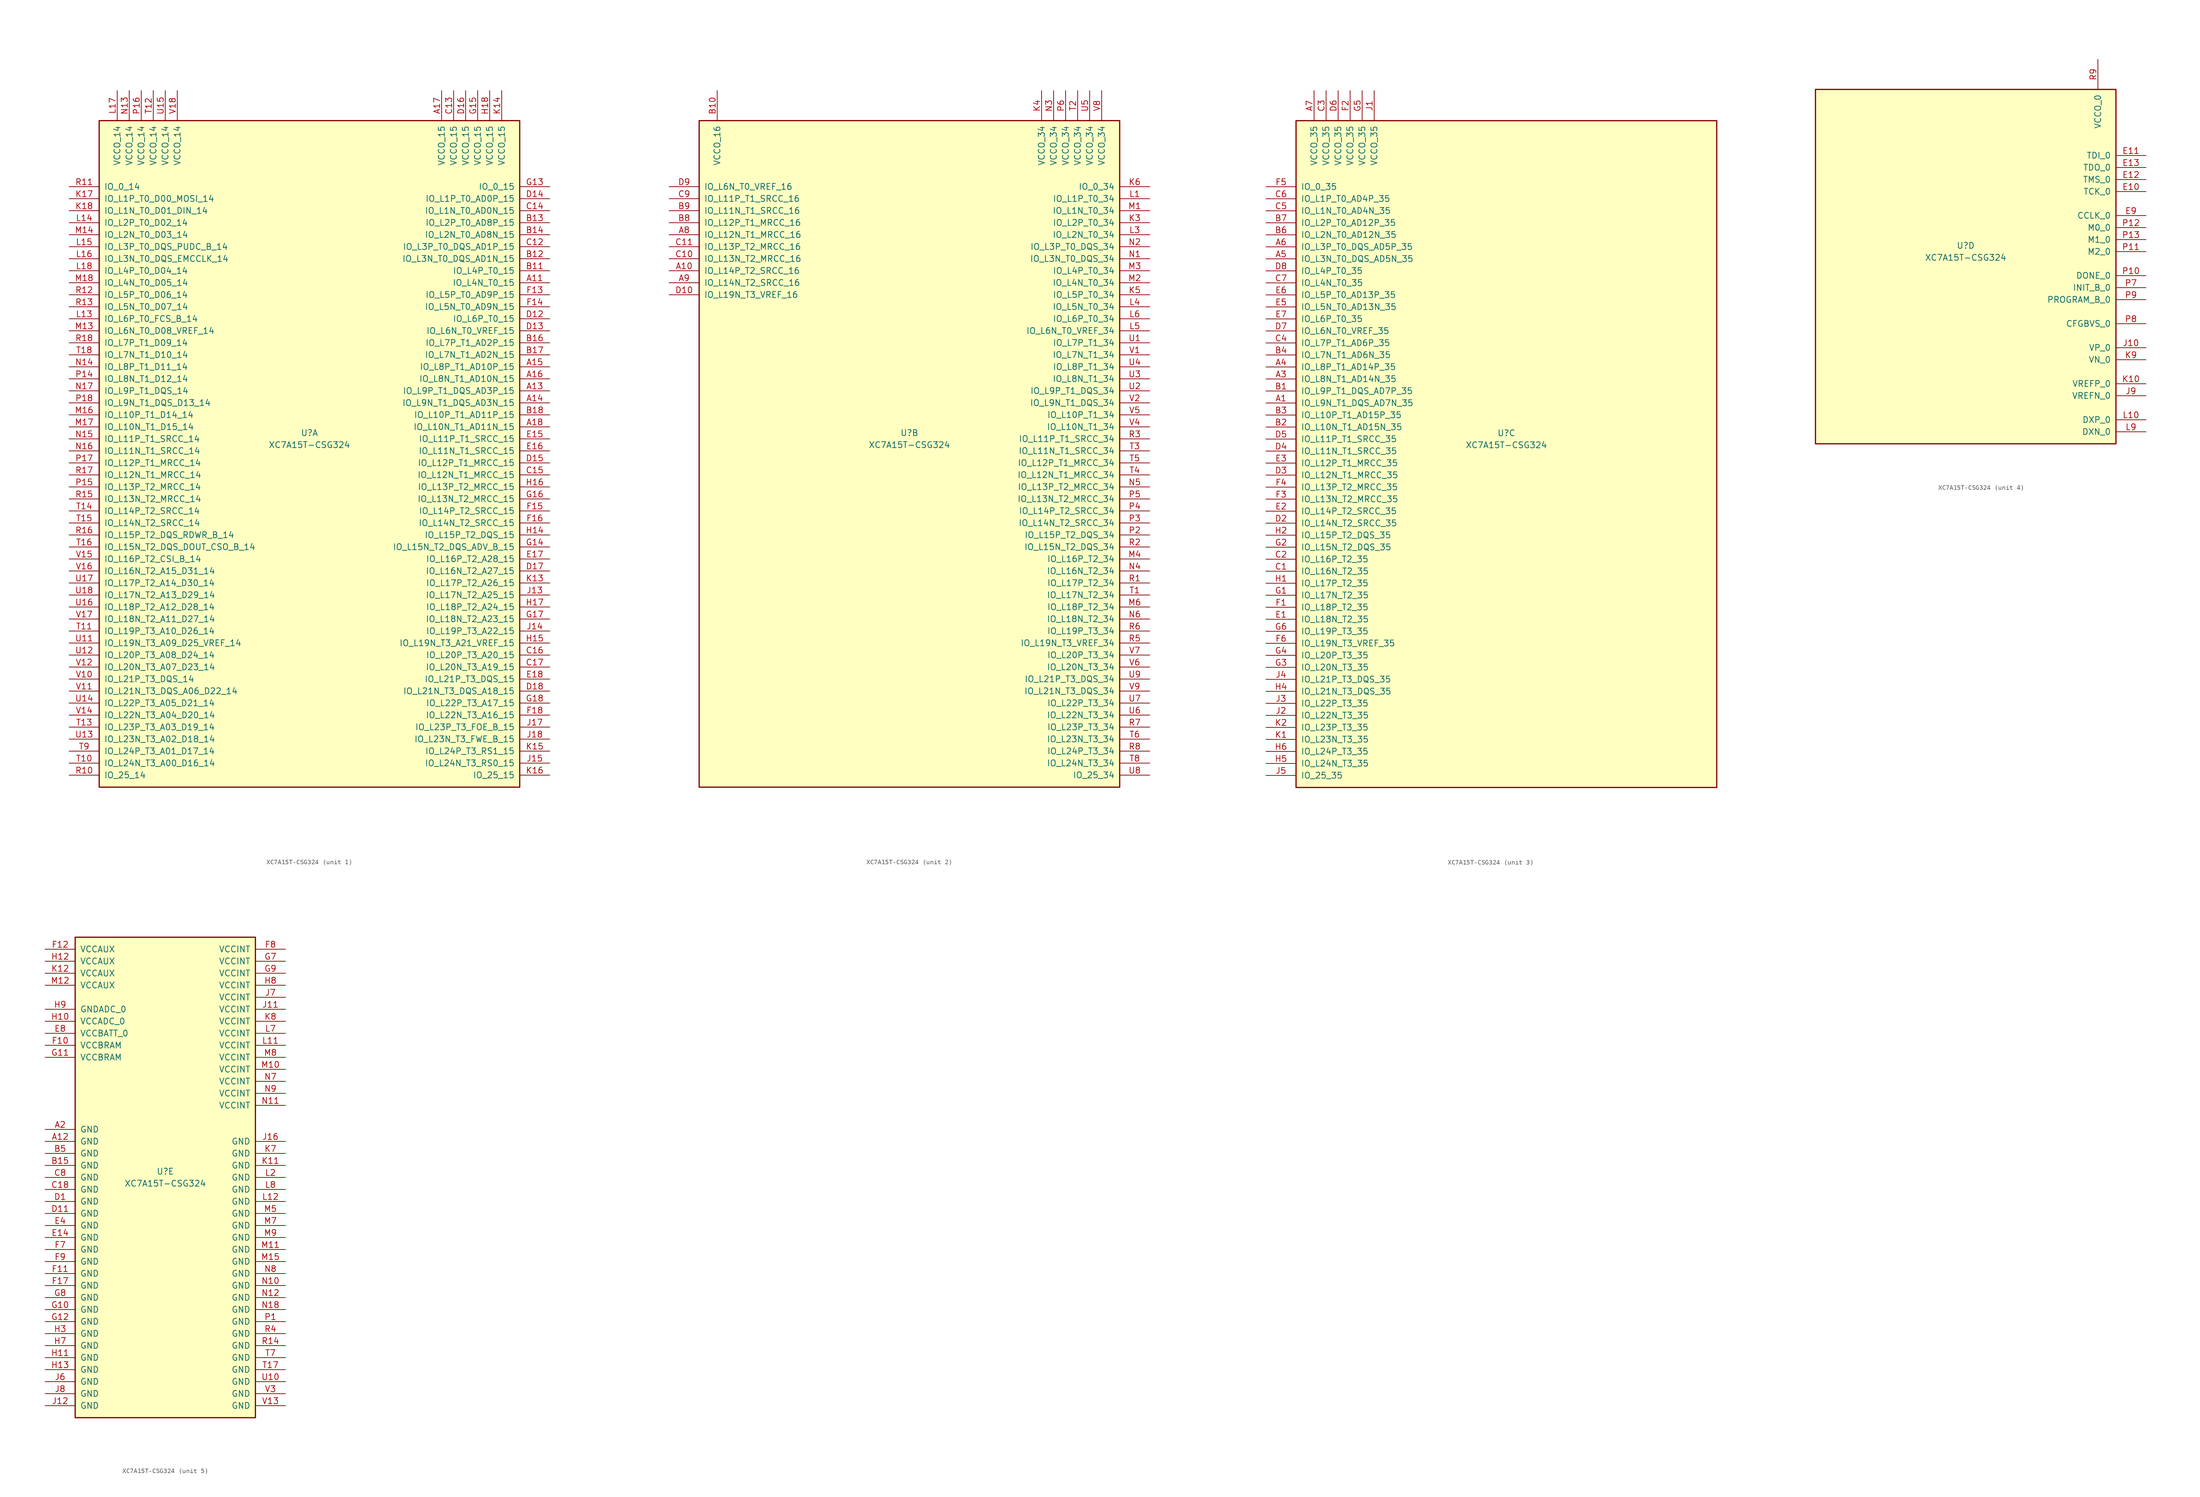
<source format=kicad_sym>
(kicad_symbol_lib
  (version 20201005)
  (generator kicad_symbol_editor)
  (symbol "XC7A15T-CSG324"
    (pin_names
      (offset 1.016))
    (property "Reference" "U"
      (at 0 1.27 0)
      (effects (font (size 1.27 1.27))))
    (property "Value" "XC7A15T-CSG324"
      (at 0 -1.27 0)
      (effects (font (size 1.27 1.27))))
    (property "Datasheet" ""
      (at 0 0 0)
      (effects (font (size 1.27 1.27))))
    (property "ki_locked" ""
      (at 0 0 0)
      (effects (font (size 1.27 1.27))))
    (symbol "XC7A15T-CSG324_1_1"
      (rectangle (start -44.45 67.31) (end 44.45 -73.66) (stroke (width 0.254)) (fill (type background)))
      (pin power_in line (at -40.64 73.66 270) (length 6.35) (name "VCCO_14" (effects (font (size 1.27 1.27)))) (number "L17" (effects (font (size 1.27 1.27)))))
      (pin power_in line (at -38.1 73.66 270) (length 6.35) (name "VCCO_14" (effects (font (size 1.27 1.27)))) (number "N13" (effects (font (size 1.27 1.27)))))
      (pin power_in line (at -35.56 73.66 270) (length 6.35) (name "VCCO_14" (effects (font (size 1.27 1.27)))) (number "P16" (effects (font (size 1.27 1.27)))))
      (pin power_in line (at -33.02 73.66 270) (length 6.35) (name "VCCO_14" (effects (font (size 1.27 1.27)))) (number "T12" (effects (font (size 1.27 1.27)))))
      (pin power_in line (at -30.48 73.66 270) (length 6.35) (name "VCCO_14" (effects (font (size 1.27 1.27)))) (number "U15" (effects (font (size 1.27 1.27)))))
      (pin power_in line (at -27.94 73.66 270) (length 6.35) (name "VCCO_14" (effects (font (size 1.27 1.27)))) (number "V18" (effects (font (size 1.27 1.27)))))
      (pin bidirectional line (at -50.8 53.34 0) (length 6.35) (name "IO_0_14" (effects (font (size 1.27 1.27)))) (number "R11" (effects (font (size 1.27 1.27)))))
      (pin bidirectional line (at -50.8 50.8 0) (length 6.35) (name "IO_L1P_T0_D00_MOSI_14" (effects (font (size 1.27 1.27)))) (number "K17" (effects (font (size 1.27 1.27)))))
      (pin bidirectional line (at -50.8 48.26 0) (length 6.35) (name "IO_L1N_T0_D01_DIN_14" (effects (font (size 1.27 1.27)))) (number "K18" (effects (font (size 1.27 1.27)))))
      (pin bidirectional line (at -50.8 45.72 0) (length 6.35) (name "IO_L2P_T0_D02_14" (effects (font (size 1.27 1.27)))) (number "L14" (effects (font (size 1.27 1.27)))))
      (pin bidirectional line (at -50.8 43.18 0) (length 6.35) (name "IO_L2N_T0_D03_14" (effects (font (size 1.27 1.27)))) (number "M14" (effects (font (size 1.27 1.27)))))
      (pin bidirectional line (at -50.8 40.64 0) (length 6.35) (name "IO_L3P_T0_DQS_PUDC_B_14" (effects (font (size 1.27 1.27)))) (number "L15" (effects (font (size 1.27 1.27)))))
      (pin bidirectional line (at -50.8 38.1 0) (length 6.35) (name "IO_L3N_T0_DQS_EMCCLK_14" (effects (font (size 1.27 1.27)))) (number "L16" (effects (font (size 1.27 1.27)))))
      (pin bidirectional line (at -50.8 35.56 0) (length 6.35) (name "IO_L4P_T0_D04_14" (effects (font (size 1.27 1.27)))) (number "L18" (effects (font (size 1.27 1.27)))))
      (pin bidirectional line (at -50.8 33.02 0) (length 6.35) (name "IO_L4N_T0_D05_14" (effects (font (size 1.27 1.27)))) (number "M18" (effects (font (size 1.27 1.27)))))
      (pin bidirectional line (at -50.8 30.48 0) (length 6.35) (name "IO_L5P_T0_D06_14" (effects (font (size 1.27 1.27)))) (number "R12" (effects (font (size 1.27 1.27)))))
      (pin bidirectional line (at -50.8 27.94 0) (length 6.35) (name "IO_L5N_T0_D07_14" (effects (font (size 1.27 1.27)))) (number "R13" (effects (font (size 1.27 1.27)))))
      (pin bidirectional line (at -50.8 25.4 0) (length 6.35) (name "IO_L6P_T0_FCS_B_14" (effects (font (size 1.27 1.27)))) (number "L13" (effects (font (size 1.27 1.27)))))
      (pin bidirectional line (at -50.8 22.86 0) (length 6.35) (name "IO_L6N_T0_D08_VREF_14" (effects (font (size 1.27 1.27)))) (number "M13" (effects (font (size 1.27 1.27)))))
      (pin bidirectional line (at -50.8 20.32 0) (length 6.35) (name "IO_L7P_T1_D09_14" (effects (font (size 1.27 1.27)))) (number "R18" (effects (font (size 1.27 1.27)))))
      (pin bidirectional line (at -50.8 17.78 0) (length 6.35) (name "IO_L7N_T1_D10_14" (effects (font (size 1.27 1.27)))) (number "T18" (effects (font (size 1.27 1.27)))))
      (pin bidirectional line (at -50.8 15.24 0) (length 6.35) (name "IO_L8P_T1_D11_14" (effects (font (size 1.27 1.27)))) (number "N14" (effects (font (size 1.27 1.27)))))
      (pin bidirectional line (at -50.8 12.7 0) (length 6.35) (name "IO_L8N_T1_D12_14" (effects (font (size 1.27 1.27)))) (number "P14" (effects (font (size 1.27 1.27)))))
      (pin bidirectional line (at -50.8 10.16 0) (length 6.35) (name "IO_L9P_T1_DQS_14" (effects (font (size 1.27 1.27)))) (number "N17" (effects (font (size 1.27 1.27)))))
      (pin bidirectional line (at -50.8 7.62 0) (length 6.35) (name "IO_L9N_T1_DQS_D13_14" (effects (font (size 1.27 1.27)))) (number "P18" (effects (font (size 1.27 1.27)))))
      (pin bidirectional line (at -50.8 5.08 0) (length 6.35) (name "IO_L10P_T1_D14_14" (effects (font (size 1.27 1.27)))) (number "M16" (effects (font (size 1.27 1.27)))))
      (pin bidirectional line (at -50.8 2.54 0) (length 6.35) (name "IO_L10N_T1_D15_14" (effects (font (size 1.27 1.27)))) (number "M17" (effects (font (size 1.27 1.27)))))
      (pin bidirectional line (at -50.8 0 0) (length 6.35) (name "IO_L11P_T1_SRCC_14" (effects (font (size 1.27 1.27)))) (number "N15" (effects (font (size 1.27 1.27)))))
      (pin bidirectional line (at -50.8 -2.54 0) (length 6.35) (name "IO_L11N_T1_SRCC_14" (effects (font (size 1.27 1.27)))) (number "N16" (effects (font (size 1.27 1.27)))))
      (pin bidirectional line (at -50.8 -5.08 0) (length 6.35) (name "IO_L12P_T1_MRCC_14" (effects (font (size 1.27 1.27)))) (number "P17" (effects (font (size 1.27 1.27)))))
      (pin bidirectional line (at -50.8 -7.62 0) (length 6.35) (name "IO_L12N_T1_MRCC_14" (effects (font (size 1.27 1.27)))) (number "R17" (effects (font (size 1.27 1.27)))))
      (pin bidirectional line (at -50.8 -10.16 0) (length 6.35) (name "IO_L13P_T2_MRCC_14" (effects (font (size 1.27 1.27)))) (number "P15" (effects (font (size 1.27 1.27)))))
      (pin bidirectional line (at -50.8 -12.7 0) (length 6.35) (name "IO_L13N_T2_MRCC_14" (effects (font (size 1.27 1.27)))) (number "R15" (effects (font (size 1.27 1.27)))))
      (pin bidirectional line (at -50.8 -15.24 0) (length 6.35) (name "IO_L14P_T2_SRCC_14" (effects (font (size 1.27 1.27)))) (number "T14" (effects (font (size 1.27 1.27)))))
      (pin bidirectional line (at -50.8 -17.78 0) (length 6.35) (name "IO_L14N_T2_SRCC_14" (effects (font (size 1.27 1.27)))) (number "T15" (effects (font (size 1.27 1.27)))))
      (pin bidirectional line (at -50.8 -20.32 0) (length 6.35) (name "IO_L15P_T2_DQS_RDWR_B_14" (effects (font (size 1.27 1.27)))) (number "R16" (effects (font (size 1.27 1.27)))))
      (pin bidirectional line (at -50.8 -22.86 0) (length 6.35) (name "IO_L15N_T2_DQS_DOUT_CSO_B_14" (effects (font (size 1.27 1.27)))) (number "T16" (effects (font (size 1.27 1.27)))))
      (pin bidirectional line (at -50.8 -25.4 0) (length 6.35) (name "IO_L16P_T2_CSI_B_14" (effects (font (size 1.27 1.27)))) (number "V15" (effects (font (size 1.27 1.27)))))
      (pin bidirectional line (at -50.8 -27.94 0) (length 6.35) (name "IO_L16N_T2_A15_D31_14" (effects (font (size 1.27 1.27)))) (number "V16" (effects (font (size 1.27 1.27)))))
      (pin bidirectional line (at -50.8 -30.48 0) (length 6.35) (name "IO_L17P_T2_A14_D30_14" (effects (font (size 1.27 1.27)))) (number "U17" (effects (font (size 1.27 1.27)))))
      (pin bidirectional line (at -50.8 -33.02 0) (length 6.35) (name "IO_L17N_T2_A13_D29_14" (effects (font (size 1.27 1.27)))) (number "U18" (effects (font (size 1.27 1.27)))))
      (pin bidirectional line (at -50.8 -35.56 0) (length 6.35) (name "IO_L18P_T2_A12_D28_14" (effects (font (size 1.27 1.27)))) (number "U16" (effects (font (size 1.27 1.27)))))
      (pin bidirectional line (at -50.8 -38.1 0) (length 6.35) (name "IO_L18N_T2_A11_D27_14" (effects (font (size 1.27 1.27)))) (number "V17" (effects (font (size 1.27 1.27)))))
      (pin bidirectional line (at -50.8 -40.64 0) (length 6.35) (name "IO_L19P_T3_A10_D26_14" (effects (font (size 1.27 1.27)))) (number "T11" (effects (font (size 1.27 1.27)))))
      (pin bidirectional line (at -50.8 -43.18 0) (length 6.35) (name "IO_L19N_T3_A09_D25_VREF_14" (effects (font (size 1.27 1.27)))) (number "U11" (effects (font (size 1.27 1.27)))))
      (pin bidirectional line (at -50.8 -45.72 0) (length 6.35) (name "IO_L20P_T3_A08_D24_14" (effects (font (size 1.27 1.27)))) (number "U12" (effects (font (size 1.27 1.27)))))
      (pin bidirectional line (at -50.8 -48.26 0) (length 6.35) (name "IO_L20N_T3_A07_D23_14" (effects (font (size 1.27 1.27)))) (number "V12" (effects (font (size 1.27 1.27)))))
      (pin bidirectional line (at -50.8 -50.8 0) (length 6.35) (name "IO_L21P_T3_DQS_14" (effects (font (size 1.27 1.27)))) (number "V10" (effects (font (size 1.27 1.27)))))
      (pin bidirectional line (at -50.8 -53.34 0) (length 6.35) (name "IO_L21N_T3_DQS_A06_D22_14" (effects (font (size 1.27 1.27)))) (number "V11" (effects (font (size 1.27 1.27)))))
      (pin bidirectional line (at -50.8 -55.88 0) (length 6.35) (name "IO_L22P_T3_A05_D21_14" (effects (font (size 1.27 1.27)))) (number "U14" (effects (font (size 1.27 1.27)))))
      (pin bidirectional line (at -50.8 -58.42 0) (length 6.35) (name "IO_L22N_T3_A04_D20_14" (effects (font (size 1.27 1.27)))) (number "V14" (effects (font (size 1.27 1.27)))))
      (pin bidirectional line (at -50.8 -60.96 0) (length 6.35) (name "IO_L23P_T3_A03_D19_14" (effects (font (size 1.27 1.27)))) (number "T13" (effects (font (size 1.27 1.27)))))
      (pin bidirectional line (at -50.8 -63.5 0) (length 6.35) (name "IO_L23N_T3_A02_D18_14" (effects (font (size 1.27 1.27)))) (number "U13" (effects (font (size 1.27 1.27)))))
      (pin bidirectional line (at -50.8 -66.04 0) (length 6.35) (name "IO_L24P_T3_A01_D17_14" (effects (font (size 1.27 1.27)))) (number "T9" (effects (font (size 1.27 1.27)))))
      (pin bidirectional line (at -50.8 -68.58 0) (length 6.35) (name "IO_L24N_T3_A00_D16_14" (effects (font (size 1.27 1.27)))) (number "T10" (effects (font (size 1.27 1.27)))))
      (pin bidirectional line (at -50.8 -71.12 0) (length 6.35) (name "IO_25_14" (effects (font (size 1.27 1.27)))) (number "R10" (effects (font (size 1.27 1.27)))))
      (pin power_in line (at 27.94 73.66 270) (length 6.35) (name "VCCO_15" (effects (font (size 1.27 1.27)))) (number "A17" (effects (font (size 1.27 1.27)))))
      (pin power_in line (at 30.48 73.66 270) (length 6.35) (name "VCCO_15" (effects (font (size 1.27 1.27)))) (number "C13" (effects (font (size 1.27 1.27)))))
      (pin power_in line (at 33.02 73.66 270) (length 6.35) (name "VCCO_15" (effects (font (size 1.27 1.27)))) (number "D16" (effects (font (size 1.27 1.27)))))
      (pin power_in line (at 35.56 73.66 270) (length 6.35) (name "VCCO_15" (effects (font (size 1.27 1.27)))) (number "G15" (effects (font (size 1.27 1.27)))))
      (pin power_in line (at 38.1 73.66 270) (length 6.35) (name "VCCO_15" (effects (font (size 1.27 1.27)))) (number "H18" (effects (font (size 1.27 1.27)))))
      (pin power_in line (at 40.64 73.66 270) (length 6.35) (name "VCCO_15" (effects (font (size 1.27 1.27)))) (number "K14" (effects (font (size 1.27 1.27)))))
      (pin bidirectional line (at 50.8 53.34 180) (length 6.35) (name "IO_0_15" (effects (font (size 1.27 1.27)))) (number "G13" (effects (font (size 1.27 1.27)))))
      (pin bidirectional line (at 50.8 50.8 180) (length 6.35) (name "IO_L1P_T0_AD0P_15" (effects (font (size 1.27 1.27)))) (number "D14" (effects (font (size 1.27 1.27)))))
      (pin bidirectional line (at 50.8 48.26 180) (length 6.35) (name "IO_L1N_T0_AD0N_15" (effects (font (size 1.27 1.27)))) (number "C14" (effects (font (size 1.27 1.27)))))
      (pin bidirectional line (at 50.8 45.72 180) (length 6.35) (name "IO_L2P_T0_AD8P_15" (effects (font (size 1.27 1.27)))) (number "B13" (effects (font (size 1.27 1.27)))))
      (pin bidirectional line (at 50.8 43.18 180) (length 6.35) (name "IO_L2N_T0_AD8N_15" (effects (font (size 1.27 1.27)))) (number "B14" (effects (font (size 1.27 1.27)))))
      (pin bidirectional line (at 50.8 40.64 180) (length 6.35) (name "IO_L3P_T0_DQS_AD1P_15" (effects (font (size 1.27 1.27)))) (number "C12" (effects (font (size 1.27 1.27)))))
      (pin bidirectional line (at 50.8 38.1 180) (length 6.35) (name "IO_L3N_T0_DQS_AD1N_15" (effects (font (size 1.27 1.27)))) (number "B12" (effects (font (size 1.27 1.27)))))
      (pin bidirectional line (at 50.8 35.56 180) (length 6.35) (name "IO_L4P_T0_15" (effects (font (size 1.27 1.27)))) (number "B11" (effects (font (size 1.27 1.27)))))
      (pin bidirectional line (at 50.8 33.02 180) (length 6.35) (name "IO_L4N_T0_15" (effects (font (size 1.27 1.27)))) (number "A11" (effects (font (size 1.27 1.27)))))
      (pin bidirectional line (at 50.8 30.48 180) (length 6.35) (name "IO_L5P_T0_AD9P_15" (effects (font (size 1.27 1.27)))) (number "F13" (effects (font (size 1.27 1.27)))))
      (pin bidirectional line (at 50.8 27.94 180) (length 6.35) (name "IO_L5N_T0_AD9N_15" (effects (font (size 1.27 1.27)))) (number "F14" (effects (font (size 1.27 1.27)))))
      (pin bidirectional line (at 50.8 25.4 180) (length 6.35) (name "IO_L6P_T0_15" (effects (font (size 1.27 1.27)))) (number "D12" (effects (font (size 1.27 1.27)))))
      (pin bidirectional line (at 50.8 22.86 180) (length 6.35) (name "IO_L6N_T0_VREF_15" (effects (font (size 1.27 1.27)))) (number "D13" (effects (font (size 1.27 1.27)))))
      (pin bidirectional line (at 50.8 20.32 180) (length 6.35) (name "IO_L7P_T1_AD2P_15" (effects (font (size 1.27 1.27)))) (number "B16" (effects (font (size 1.27 1.27)))))
      (pin bidirectional line (at 50.8 17.78 180) (length 6.35) (name "IO_L7N_T1_AD2N_15" (effects (font (size 1.27 1.27)))) (number "B17" (effects (font (size 1.27 1.27)))))
      (pin bidirectional line (at 50.8 15.24 180) (length 6.35) (name "IO_L8P_T1_AD10P_15" (effects (font (size 1.27 1.27)))) (number "A15" (effects (font (size 1.27 1.27)))))
      (pin bidirectional line (at 50.8 12.7 180) (length 6.35) (name "IO_L8N_T1_AD10N_15" (effects (font (size 1.27 1.27)))) (number "A16" (effects (font (size 1.27 1.27)))))
      (pin bidirectional line (at 50.8 10.16 180) (length 6.35) (name "IO_L9P_T1_DQS_AD3P_15" (effects (font (size 1.27 1.27)))) (number "A13" (effects (font (size 1.27 1.27)))))
      (pin bidirectional line (at 50.8 7.62 180) (length 6.35) (name "IO_L9N_T1_DQS_AD3N_15" (effects (font (size 1.27 1.27)))) (number "A14" (effects (font (size 1.27 1.27)))))
      (pin bidirectional line (at 50.8 5.08 180) (length 6.35) (name "IO_L10P_T1_AD11P_15" (effects (font (size 1.27 1.27)))) (number "B18" (effects (font (size 1.27 1.27)))))
      (pin bidirectional line (at 50.8 2.54 180) (length 6.35) (name "IO_L10N_T1_AD11N_15" (effects (font (size 1.27 1.27)))) (number "A18" (effects (font (size 1.27 1.27)))))
      (pin bidirectional line (at 50.8 0 180) (length 6.35) (name "IO_L11P_T1_SRCC_15" (effects (font (size 1.27 1.27)))) (number "E15" (effects (font (size 1.27 1.27)))))
      (pin bidirectional line (at 50.8 -2.54 180) (length 6.35) (name "IO_L11N_T1_SRCC_15" (effects (font (size 1.27 1.27)))) (number "E16" (effects (font (size 1.27 1.27)))))
      (pin bidirectional line (at 50.8 -5.08 180) (length 6.35) (name "IO_L12P_T1_MRCC_15" (effects (font (size 1.27 1.27)))) (number "D15" (effects (font (size 1.27 1.27)))))
      (pin bidirectional line (at 50.8 -7.62 180) (length 6.35) (name "IO_L12N_T1_MRCC_15" (effects (font (size 1.27 1.27)))) (number "C15" (effects (font (size 1.27 1.27)))))
      (pin bidirectional line (at 50.8 -10.16 180) (length 6.35) (name "IO_L13P_T2_MRCC_15" (effects (font (size 1.27 1.27)))) (number "H16" (effects (font (size 1.27 1.27)))))
      (pin bidirectional line (at 50.8 -12.7 180) (length 6.35) (name "IO_L13N_T2_MRCC_15" (effects (font (size 1.27 1.27)))) (number "G16" (effects (font (size 1.27 1.27)))))
      (pin bidirectional line (at 50.8 -15.24 180) (length 6.35) (name "IO_L14P_T2_SRCC_15" (effects (font (size 1.27 1.27)))) (number "F15" (effects (font (size 1.27 1.27)))))
      (pin bidirectional line (at 50.8 -17.78 180) (length 6.35) (name "IO_L14N_T2_SRCC_15" (effects (font (size 1.27 1.27)))) (number "F16" (effects (font (size 1.27 1.27)))))
      (pin bidirectional line (at 50.8 -20.32 180) (length 6.35) (name "IO_L15P_T2_DQS_15" (effects (font (size 1.27 1.27)))) (number "H14" (effects (font (size 1.27 1.27)))))
      (pin bidirectional line (at 50.8 -22.86 180) (length 6.35) (name "IO_L15N_T2_DQS_ADV_B_15" (effects (font (size 1.27 1.27)))) (number "G14" (effects (font (size 1.27 1.27)))))
      (pin bidirectional line (at 50.8 -25.4 180) (length 6.35) (name "IO_L16P_T2_A28_15" (effects (font (size 1.27 1.27)))) (number "E17" (effects (font (size 1.27 1.27)))))
      (pin bidirectional line (at 50.8 -27.94 180) (length 6.35) (name "IO_L16N_T2_A27_15" (effects (font (size 1.27 1.27)))) (number "D17" (effects (font (size 1.27 1.27)))))
      (pin bidirectional line (at 50.8 -30.48 180) (length 6.35) (name "IO_L17P_T2_A26_15" (effects (font (size 1.27 1.27)))) (number "K13" (effects (font (size 1.27 1.27)))))
      (pin bidirectional line (at 50.8 -33.02 180) (length 6.35) (name "IO_L17N_T2_A25_15" (effects (font (size 1.27 1.27)))) (number "J13" (effects (font (size 1.27 1.27)))))
      (pin bidirectional line (at 50.8 -35.56 180) (length 6.35) (name "IO_L18P_T2_A24_15" (effects (font (size 1.27 1.27)))) (number "H17" (effects (font (size 1.27 1.27)))))
      (pin bidirectional line (at 50.8 -38.1 180) (length 6.35) (name "IO_L18N_T2_A23_15" (effects (font (size 1.27 1.27)))) (number "G17" (effects (font (size 1.27 1.27)))))
      (pin bidirectional line (at 50.8 -40.64 180) (length 6.35) (name "IO_L19P_T3_A22_15" (effects (font (size 1.27 1.27)))) (number "J14" (effects (font (size 1.27 1.27)))))
      (pin bidirectional line (at 50.8 -43.18 180) (length 6.35) (name "IO_L19N_T3_A21_VREF_15" (effects (font (size 1.27 1.27)))) (number "H15" (effects (font (size 1.27 1.27)))))
      (pin bidirectional line (at 50.8 -45.72 180) (length 6.35) (name "IO_L20P_T3_A20_15" (effects (font (size 1.27 1.27)))) (number "C16" (effects (font (size 1.27 1.27)))))
      (pin bidirectional line (at 50.8 -48.26 180) (length 6.35) (name "IO_L20N_T3_A19_15" (effects (font (size 1.27 1.27)))) (number "C17" (effects (font (size 1.27 1.27)))))
      (pin bidirectional line (at 50.8 -50.8 180) (length 6.35) (name "IO_L21P_T3_DQS_15" (effects (font (size 1.27 1.27)))) (number "E18" (effects (font (size 1.27 1.27)))))
      (pin bidirectional line (at 50.8 -53.34 180) (length 6.35) (name "IO_L21N_T3_DQS_A18_15" (effects (font (size 1.27 1.27)))) (number "D18" (effects (font (size 1.27 1.27)))))
      (pin bidirectional line (at 50.8 -55.88 180) (length 6.35) (name "IO_L22P_T3_A17_15" (effects (font (size 1.27 1.27)))) (number "G18" (effects (font (size 1.27 1.27)))))
      (pin bidirectional line (at 50.8 -58.42 180) (length 6.35) (name "IO_L22N_T3_A16_15" (effects (font (size 1.27 1.27)))) (number "F18" (effects (font (size 1.27 1.27)))))
      (pin bidirectional line (at 50.8 -60.96 180) (length 6.35) (name "IO_L23P_T3_FOE_B_15" (effects (font (size 1.27 1.27)))) (number "J17" (effects (font (size 1.27 1.27)))))
      (pin bidirectional line (at 50.8 -63.5 180) (length 6.35) (name "IO_L23N_T3_FWE_B_15" (effects (font (size 1.27 1.27)))) (number "J18" (effects (font (size 1.27 1.27)))))
      (pin bidirectional line (at 50.8 -66.04 180) (length 6.35) (name "IO_L24P_T3_RS1_15" (effects (font (size 1.27 1.27)))) (number "K15" (effects (font (size 1.27 1.27)))))
      (pin bidirectional line (at 50.8 -68.58 180) (length 6.35) (name "IO_L24N_T3_RS0_15" (effects (font (size 1.27 1.27)))) (number "J15" (effects (font (size 1.27 1.27)))))
      (pin bidirectional line (at 50.8 -71.12 180) (length 6.35) (name "IO_25_15" (effects (font (size 1.27 1.27)))) (number "K16" (effects (font (size 1.27 1.27))))))
    (symbol "XC7A15T-CSG324_2_1"
      (rectangle (start -44.45 67.31) (end 44.45 -73.66) (stroke (width 0.254)) (fill (type background)))
      (pin power_in line (at -40.64 73.66 270) (length 6.35) (name "VCCO_16" (effects (font (size 1.27 1.27)))) (number "B10" (effects (font (size 1.27 1.27)))))
      (pin bidirectional line (at -50.8 53.34 0) (length 6.35) (name "IO_L6N_T0_VREF_16" (effects (font (size 1.27 1.27)))) (number "D9" (effects (font (size 1.27 1.27)))))
      (pin bidirectional line (at -50.8 50.8 0) (length 6.35) (name "IO_L11P_T1_SRCC_16" (effects (font (size 1.27 1.27)))) (number "C9" (effects (font (size 1.27 1.27)))))
      (pin bidirectional line (at -50.8 48.26 0) (length 6.35) (name "IO_L11N_T1_SRCC_16" (effects (font (size 1.27 1.27)))) (number "B9" (effects (font (size 1.27 1.27)))))
      (pin bidirectional line (at -50.8 45.72 0) (length 6.35) (name "IO_L12P_T1_MRCC_16" (effects (font (size 1.27 1.27)))) (number "B8" (effects (font (size 1.27 1.27)))))
      (pin bidirectional line (at -50.8 43.18 0) (length 6.35) (name "IO_L12N_T1_MRCC_16" (effects (font (size 1.27 1.27)))) (number "A8" (effects (font (size 1.27 1.27)))))
      (pin bidirectional line (at -50.8 40.64 0) (length 6.35) (name "IO_L13P_T2_MRCC_16" (effects (font (size 1.27 1.27)))) (number "C11" (effects (font (size 1.27 1.27)))))
      (pin bidirectional line (at -50.8 38.1 0) (length 6.35) (name "IO_L13N_T2_MRCC_16" (effects (font (size 1.27 1.27)))) (number "C10" (effects (font (size 1.27 1.27)))))
      (pin bidirectional line (at -50.8 35.56 0) (length 6.35) (name "IO_L14P_T2_SRCC_16" (effects (font (size 1.27 1.27)))) (number "A10" (effects (font (size 1.27 1.27)))))
      (pin bidirectional line (at -50.8 33.02 0) (length 6.35) (name "IO_L14N_T2_SRCC_16" (effects (font (size 1.27 1.27)))) (number "A9" (effects (font (size 1.27 1.27)))))
      (pin bidirectional line (at -50.8 30.48 0) (length 6.35) (name "IO_L19N_T3_VREF_16" (effects (font (size 1.27 1.27)))) (number "D10" (effects (font (size 1.27 1.27)))))
      (pin power_in line (at 27.94 73.66 270) (length 6.35) (name "VCCO_34" (effects (font (size 1.27 1.27)))) (number "K4" (effects (font (size 1.27 1.27)))))
      (pin power_in line (at 30.48 73.66 270) (length 6.35) (name "VCCO_34" (effects (font (size 1.27 1.27)))) (number "N3" (effects (font (size 1.27 1.27)))))
      (pin power_in line (at 33.02 73.66 270) (length 6.35) (name "VCCO_34" (effects (font (size 1.27 1.27)))) (number "P6" (effects (font (size 1.27 1.27)))))
      (pin power_in line (at 35.56 73.66 270) (length 6.35) (name "VCCO_34" (effects (font (size 1.27 1.27)))) (number "T2" (effects (font (size 1.27 1.27)))))
      (pin power_in line (at 38.1 73.66 270) (length 6.35) (name "VCCO_34" (effects (font (size 1.27 1.27)))) (number "U5" (effects (font (size 1.27 1.27)))))
      (pin power_in line (at 40.64 73.66 270) (length 6.35) (name "VCCO_34" (effects (font (size 1.27 1.27)))) (number "V8" (effects (font (size 1.27 1.27)))))
      (pin bidirectional line (at 50.8 53.34 180) (length 6.35) (name "IO_0_34" (effects (font (size 1.27 1.27)))) (number "K6" (effects (font (size 1.27 1.27)))))
      (pin bidirectional line (at 50.8 50.8 180) (length 6.35) (name "IO_L1P_T0_34" (effects (font (size 1.27 1.27)))) (number "L1" (effects (font (size 1.27 1.27)))))
      (pin bidirectional line (at 50.8 48.26 180) (length 6.35) (name "IO_L1N_T0_34" (effects (font (size 1.27 1.27)))) (number "M1" (effects (font (size 1.27 1.27)))))
      (pin bidirectional line (at 50.8 45.72 180) (length 6.35) (name "IO_L2P_T0_34" (effects (font (size 1.27 1.27)))) (number "K3" (effects (font (size 1.27 1.27)))))
      (pin bidirectional line (at 50.8 43.18 180) (length 6.35) (name "IO_L2N_T0_34" (effects (font (size 1.27 1.27)))) (number "L3" (effects (font (size 1.27 1.27)))))
      (pin bidirectional line (at 50.8 40.64 180) (length 6.35) (name "IO_L3P_T0_DQS_34" (effects (font (size 1.27 1.27)))) (number "N2" (effects (font (size 1.27 1.27)))))
      (pin bidirectional line (at 50.8 38.1 180) (length 6.35) (name "IO_L3N_T0_DQS_34" (effects (font (size 1.27 1.27)))) (number "N1" (effects (font (size 1.27 1.27)))))
      (pin bidirectional line (at 50.8 35.56 180) (length 6.35) (name "IO_L4P_T0_34" (effects (font (size 1.27 1.27)))) (number "M3" (effects (font (size 1.27 1.27)))))
      (pin bidirectional line (at 50.8 33.02 180) (length 6.35) (name "IO_L4N_T0_34" (effects (font (size 1.27 1.27)))) (number "M2" (effects (font (size 1.27 1.27)))))
      (pin bidirectional line (at 50.8 30.48 180) (length 6.35) (name "IO_L5P_T0_34" (effects (font (size 1.27 1.27)))) (number "K5" (effects (font (size 1.27 1.27)))))
      (pin bidirectional line (at 50.8 27.94 180) (length 6.35) (name "IO_L5N_T0_34" (effects (font (size 1.27 1.27)))) (number "L4" (effects (font (size 1.27 1.27)))))
      (pin bidirectional line (at 50.8 25.4 180) (length 6.35) (name "IO_L6P_T0_34" (effects (font (size 1.27 1.27)))) (number "L6" (effects (font (size 1.27 1.27)))))
      (pin bidirectional line (at 50.8 22.86 180) (length 6.35) (name "IO_L6N_T0_VREF_34" (effects (font (size 1.27 1.27)))) (number "L5" (effects (font (size 1.27 1.27)))))
      (pin bidirectional line (at 50.8 20.32 180) (length 6.35) (name "IO_L7P_T1_34" (effects (font (size 1.27 1.27)))) (number "U1" (effects (font (size 1.27 1.27)))))
      (pin bidirectional line (at 50.8 17.78 180) (length 6.35) (name "IO_L7N_T1_34" (effects (font (size 1.27 1.27)))) (number "V1" (effects (font (size 1.27 1.27)))))
      (pin bidirectional line (at 50.8 15.24 180) (length 6.35) (name "IO_L8P_T1_34" (effects (font (size 1.27 1.27)))) (number "U4" (effects (font (size 1.27 1.27)))))
      (pin bidirectional line (at 50.8 12.7 180) (length 6.35) (name "IO_L8N_T1_34" (effects (font (size 1.27 1.27)))) (number "U3" (effects (font (size 1.27 1.27)))))
      (pin bidirectional line (at 50.8 10.16 180) (length 6.35) (name "IO_L9P_T1_DQS_34" (effects (font (size 1.27 1.27)))) (number "U2" (effects (font (size 1.27 1.27)))))
      (pin bidirectional line (at 50.8 7.62 180) (length 6.35) (name "IO_L9N_T1_DQS_34" (effects (font (size 1.27 1.27)))) (number "V2" (effects (font (size 1.27 1.27)))))
      (pin bidirectional line (at 50.8 5.08 180) (length 6.35) (name "IO_L10P_T1_34" (effects (font (size 1.27 1.27)))) (number "V5" (effects (font (size 1.27 1.27)))))
      (pin bidirectional line (at 50.8 2.54 180) (length 6.35) (name "IO_L10N_T1_34" (effects (font (size 1.27 1.27)))) (number "V4" (effects (font (size 1.27 1.27)))))
      (pin bidirectional line (at 50.8 0 180) (length 6.35) (name "IO_L11P_T1_SRCC_34" (effects (font (size 1.27 1.27)))) (number "R3" (effects (font (size 1.27 1.27)))))
      (pin bidirectional line (at 50.8 -2.54 180) (length 6.35) (name "IO_L11N_T1_SRCC_34" (effects (font (size 1.27 1.27)))) (number "T3" (effects (font (size 1.27 1.27)))))
      (pin bidirectional line (at 50.8 -5.08 180) (length 6.35) (name "IO_L12P_T1_MRCC_34" (effects (font (size 1.27 1.27)))) (number "T5" (effects (font (size 1.27 1.27)))))
      (pin bidirectional line (at 50.8 -7.62 180) (length 6.35) (name "IO_L12N_T1_MRCC_34" (effects (font (size 1.27 1.27)))) (number "T4" (effects (font (size 1.27 1.27)))))
      (pin bidirectional line (at 50.8 -10.16 180) (length 6.35) (name "IO_L13P_T2_MRCC_34" (effects (font (size 1.27 1.27)))) (number "N5" (effects (font (size 1.27 1.27)))))
      (pin bidirectional line (at 50.8 -12.7 180) (length 6.35) (name "IO_L13N_T2_MRCC_34" (effects (font (size 1.27 1.27)))) (number "P5" (effects (font (size 1.27 1.27)))))
      (pin bidirectional line (at 50.8 -15.24 180) (length 6.35) (name "IO_L14P_T2_SRCC_34" (effects (font (size 1.27 1.27)))) (number "P4" (effects (font (size 1.27 1.27)))))
      (pin bidirectional line (at 50.8 -17.78 180) (length 6.35) (name "IO_L14N_T2_SRCC_34" (effects (font (size 1.27 1.27)))) (number "P3" (effects (font (size 1.27 1.27)))))
      (pin bidirectional line (at 50.8 -20.32 180) (length 6.35) (name "IO_L15P_T2_DQS_34" (effects (font (size 1.27 1.27)))) (number "P2" (effects (font (size 1.27 1.27)))))
      (pin bidirectional line (at 50.8 -22.86 180) (length 6.35) (name "IO_L15N_T2_DQS_34" (effects (font (size 1.27 1.27)))) (number "R2" (effects (font (size 1.27 1.27)))))
      (pin bidirectional line (at 50.8 -25.4 180) (length 6.35) (name "IO_L16P_T2_34" (effects (font (size 1.27 1.27)))) (number "M4" (effects (font (size 1.27 1.27)))))
      (pin bidirectional line (at 50.8 -27.94 180) (length 6.35) (name "IO_L16N_T2_34" (effects (font (size 1.27 1.27)))) (number "N4" (effects (font (size 1.27 1.27)))))
      (pin bidirectional line (at 50.8 -30.48 180) (length 6.35) (name "IO_L17P_T2_34" (effects (font (size 1.27 1.27)))) (number "R1" (effects (font (size 1.27 1.27)))))
      (pin bidirectional line (at 50.8 -33.02 180) (length 6.35) (name "IO_L17N_T2_34" (effects (font (size 1.27 1.27)))) (number "T1" (effects (font (size 1.27 1.27)))))
      (pin bidirectional line (at 50.8 -35.56 180) (length 6.35) (name "IO_L18P_T2_34" (effects (font (size 1.27 1.27)))) (number "M6" (effects (font (size 1.27 1.27)))))
      (pin bidirectional line (at 50.8 -38.1 180) (length 6.35) (name "IO_L18N_T2_34" (effects (font (size 1.27 1.27)))) (number "N6" (effects (font (size 1.27 1.27)))))
      (pin bidirectional line (at 50.8 -40.64 180) (length 6.35) (name "IO_L19P_T3_34" (effects (font (size 1.27 1.27)))) (number "R6" (effects (font (size 1.27 1.27)))))
      (pin bidirectional line (at 50.8 -43.18 180) (length 6.35) (name "IO_L19N_T3_VREF_34" (effects (font (size 1.27 1.27)))) (number "R5" (effects (font (size 1.27 1.27)))))
      (pin bidirectional line (at 50.8 -45.72 180) (length 6.35) (name "IO_L20P_T3_34" (effects (font (size 1.27 1.27)))) (number "V7" (effects (font (size 1.27 1.27)))))
      (pin bidirectional line (at 50.8 -48.26 180) (length 6.35) (name "IO_L20N_T3_34" (effects (font (size 1.27 1.27)))) (number "V6" (effects (font (size 1.27 1.27)))))
      (pin bidirectional line (at 50.8 -50.8 180) (length 6.35) (name "IO_L21P_T3_DQS_34" (effects (font (size 1.27 1.27)))) (number "U9" (effects (font (size 1.27 1.27)))))
      (pin bidirectional line (at 50.8 -53.34 180) (length 6.35) (name "IO_L21N_T3_DQS_34" (effects (font (size 1.27 1.27)))) (number "V9" (effects (font (size 1.27 1.27)))))
      (pin bidirectional line (at 50.8 -55.88 180) (length 6.35) (name "IO_L22P_T3_34" (effects (font (size 1.27 1.27)))) (number "U7" (effects (font (size 1.27 1.27)))))
      (pin bidirectional line (at 50.8 -58.42 180) (length 6.35) (name "IO_L22N_T3_34" (effects (font (size 1.27 1.27)))) (number "U6" (effects (font (size 1.27 1.27)))))
      (pin bidirectional line (at 50.8 -60.96 180) (length 6.35) (name "IO_L23P_T3_34" (effects (font (size 1.27 1.27)))) (number "R7" (effects (font (size 1.27 1.27)))))
      (pin bidirectional line (at 50.8 -63.5 180) (length 6.35) (name "IO_L23N_T3_34" (effects (font (size 1.27 1.27)))) (number "T6" (effects (font (size 1.27 1.27)))))
      (pin bidirectional line (at 50.8 -66.04 180) (length 6.35) (name "IO_L24P_T3_34" (effects (font (size 1.27 1.27)))) (number "R8" (effects (font (size 1.27 1.27)))))
      (pin bidirectional line (at 50.8 -68.58 180) (length 6.35) (name "IO_L24N_T3_34" (effects (font (size 1.27 1.27)))) (number "T8" (effects (font (size 1.27 1.27)))))
      (pin bidirectional line (at 50.8 -71.12 180) (length 6.35) (name "IO_25_34" (effects (font (size 1.27 1.27)))) (number "U8" (effects (font (size 1.27 1.27))))))
    (symbol "XC7A15T-CSG324_3_1"
      (rectangle (start -44.45 67.31) (end 44.45 -73.66) (stroke (width 0.254)) (fill (type background)))
      (pin power_in line (at -40.64 73.66 270) (length 6.35) (name "VCCO_35" (effects (font (size 1.27 1.27)))) (number "A7" (effects (font (size 1.27 1.27)))))
      (pin power_in line (at -38.1 73.66 270) (length 6.35) (name "VCCO_35" (effects (font (size 1.27 1.27)))) (number "C3" (effects (font (size 1.27 1.27)))))
      (pin power_in line (at -35.56 73.66 270) (length 6.35) (name "VCCO_35" (effects (font (size 1.27 1.27)))) (number "D6" (effects (font (size 1.27 1.27)))))
      (pin power_in line (at -33.02 73.66 270) (length 6.35) (name "VCCO_35" (effects (font (size 1.27 1.27)))) (number "F2" (effects (font (size 1.27 1.27)))))
      (pin power_in line (at -30.48 73.66 270) (length 6.35) (name "VCCO_35" (effects (font (size 1.27 1.27)))) (number "G5" (effects (font (size 1.27 1.27)))))
      (pin power_in line (at -27.94 73.66 270) (length 6.35) (name "VCCO_35" (effects (font (size 1.27 1.27)))) (number "J1" (effects (font (size 1.27 1.27)))))
      (pin bidirectional line (at -50.8 53.34 0) (length 6.35) (name "IO_0_35" (effects (font (size 1.27 1.27)))) (number "F5" (effects (font (size 1.27 1.27)))))
      (pin bidirectional line (at -50.8 50.8 0) (length 6.35) (name "IO_L1P_T0_AD4P_35" (effects (font (size 1.27 1.27)))) (number "C6" (effects (font (size 1.27 1.27)))))
      (pin bidirectional line (at -50.8 48.26 0) (length 6.35) (name "IO_L1N_T0_AD4N_35" (effects (font (size 1.27 1.27)))) (number "C5" (effects (font (size 1.27 1.27)))))
      (pin bidirectional line (at -50.8 45.72 0) (length 6.35) (name "IO_L2P_T0_AD12P_35" (effects (font (size 1.27 1.27)))) (number "B7" (effects (font (size 1.27 1.27)))))
      (pin bidirectional line (at -50.8 43.18 0) (length 6.35) (name "IO_L2N_T0_AD12N_35" (effects (font (size 1.27 1.27)))) (number "B6" (effects (font (size 1.27 1.27)))))
      (pin bidirectional line (at -50.8 40.64 0) (length 6.35) (name "IO_L3P_T0_DQS_AD5P_35" (effects (font (size 1.27 1.27)))) (number "A6" (effects (font (size 1.27 1.27)))))
      (pin bidirectional line (at -50.8 38.1 0) (length 6.35) (name "IO_L3N_T0_DQS_AD5N_35" (effects (font (size 1.27 1.27)))) (number "A5" (effects (font (size 1.27 1.27)))))
      (pin bidirectional line (at -50.8 35.56 0) (length 6.35) (name "IO_L4P_T0_35" (effects (font (size 1.27 1.27)))) (number "D8" (effects (font (size 1.27 1.27)))))
      (pin bidirectional line (at -50.8 33.02 0) (length 6.35) (name "IO_L4N_T0_35" (effects (font (size 1.27 1.27)))) (number "C7" (effects (font (size 1.27 1.27)))))
      (pin bidirectional line (at -50.8 30.48 0) (length 6.35) (name "IO_L5P_T0_AD13P_35" (effects (font (size 1.27 1.27)))) (number "E6" (effects (font (size 1.27 1.27)))))
      (pin bidirectional line (at -50.8 27.94 0) (length 6.35) (name "IO_L5N_T0_AD13N_35" (effects (font (size 1.27 1.27)))) (number "E5" (effects (font (size 1.27 1.27)))))
      (pin bidirectional line (at -50.8 25.4 0) (length 6.35) (name "IO_L6P_T0_35" (effects (font (size 1.27 1.27)))) (number "E7" (effects (font (size 1.27 1.27)))))
      (pin bidirectional line (at -50.8 22.86 0) (length 6.35) (name "IO_L6N_T0_VREF_35" (effects (font (size 1.27 1.27)))) (number "D7" (effects (font (size 1.27 1.27)))))
      (pin bidirectional line (at -50.8 20.32 0) (length 6.35) (name "IO_L7P_T1_AD6P_35" (effects (font (size 1.27 1.27)))) (number "C4" (effects (font (size 1.27 1.27)))))
      (pin bidirectional line (at -50.8 17.78 0) (length 6.35) (name "IO_L7N_T1_AD6N_35" (effects (font (size 1.27 1.27)))) (number "B4" (effects (font (size 1.27 1.27)))))
      (pin bidirectional line (at -50.8 15.24 0) (length 6.35) (name "IO_L8P_T1_AD14P_35" (effects (font (size 1.27 1.27)))) (number "A4" (effects (font (size 1.27 1.27)))))
      (pin bidirectional line (at -50.8 12.7 0) (length 6.35) (name "IO_L8N_T1_AD14N_35" (effects (font (size 1.27 1.27)))) (number "A3" (effects (font (size 1.27 1.27)))))
      (pin bidirectional line (at -50.8 10.16 0) (length 6.35) (name "IO_L9P_T1_DQS_AD7P_35" (effects (font (size 1.27 1.27)))) (number "B1" (effects (font (size 1.27 1.27)))))
      (pin bidirectional line (at -50.8 7.62 0) (length 6.35) (name "IO_L9N_T1_DQS_AD7N_35" (effects (font (size 1.27 1.27)))) (number "A1" (effects (font (size 1.27 1.27)))))
      (pin bidirectional line (at -50.8 5.08 0) (length 6.35) (name "IO_L10P_T1_AD15P_35" (effects (font (size 1.27 1.27)))) (number "B3" (effects (font (size 1.27 1.27)))))
      (pin bidirectional line (at -50.8 2.54 0) (length 6.35) (name "IO_L10N_T1_AD15N_35" (effects (font (size 1.27 1.27)))) (number "B2" (effects (font (size 1.27 1.27)))))
      (pin bidirectional line (at -50.8 0 0) (length 6.35) (name "IO_L11P_T1_SRCC_35" (effects (font (size 1.27 1.27)))) (number "D5" (effects (font (size 1.27 1.27)))))
      (pin bidirectional line (at -50.8 -2.54 0) (length 6.35) (name "IO_L11N_T1_SRCC_35" (effects (font (size 1.27 1.27)))) (number "D4" (effects (font (size 1.27 1.27)))))
      (pin bidirectional line (at -50.8 -5.08 0) (length 6.35) (name "IO_L12P_T1_MRCC_35" (effects (font (size 1.27 1.27)))) (number "E3" (effects (font (size 1.27 1.27)))))
      (pin bidirectional line (at -50.8 -7.62 0) (length 6.35) (name "IO_L12N_T1_MRCC_35" (effects (font (size 1.27 1.27)))) (number "D3" (effects (font (size 1.27 1.27)))))
      (pin bidirectional line (at -50.8 -10.16 0) (length 6.35) (name "IO_L13P_T2_MRCC_35" (effects (font (size 1.27 1.27)))) (number "F4" (effects (font (size 1.27 1.27)))))
      (pin bidirectional line (at -50.8 -12.7 0) (length 6.35) (name "IO_L13N_T2_MRCC_35" (effects (font (size 1.27 1.27)))) (number "F3" (effects (font (size 1.27 1.27)))))
      (pin bidirectional line (at -50.8 -15.24 0) (length 6.35) (name "IO_L14P_T2_SRCC_35" (effects (font (size 1.27 1.27)))) (number "E2" (effects (font (size 1.27 1.27)))))
      (pin bidirectional line (at -50.8 -17.78 0) (length 6.35) (name "IO_L14N_T2_SRCC_35" (effects (font (size 1.27 1.27)))) (number "D2" (effects (font (size 1.27 1.27)))))
      (pin bidirectional line (at -50.8 -20.32 0) (length 6.35) (name "IO_L15P_T2_DQS_35" (effects (font (size 1.27 1.27)))) (number "H2" (effects (font (size 1.27 1.27)))))
      (pin bidirectional line (at -50.8 -22.86 0) (length 6.35) (name "IO_L15N_T2_DQS_35" (effects (font (size 1.27 1.27)))) (number "G2" (effects (font (size 1.27 1.27)))))
      (pin bidirectional line (at -50.8 -25.4 0) (length 6.35) (name "IO_L16P_T2_35" (effects (font (size 1.27 1.27)))) (number "C2" (effects (font (size 1.27 1.27)))))
      (pin bidirectional line (at -50.8 -27.94 0) (length 6.35) (name "IO_L16N_T2_35" (effects (font (size 1.27 1.27)))) (number "C1" (effects (font (size 1.27 1.27)))))
      (pin bidirectional line (at -50.8 -30.48 0) (length 6.35) (name "IO_L17P_T2_35" (effects (font (size 1.27 1.27)))) (number "H1" (effects (font (size 1.27 1.27)))))
      (pin bidirectional line (at -50.8 -33.02 0) (length 6.35) (name "IO_L17N_T2_35" (effects (font (size 1.27 1.27)))) (number "G1" (effects (font (size 1.27 1.27)))))
      (pin bidirectional line (at -50.8 -35.56 0) (length 6.35) (name "IO_L18P_T2_35" (effects (font (size 1.27 1.27)))) (number "F1" (effects (font (size 1.27 1.27)))))
      (pin bidirectional line (at -50.8 -38.1 0) (length 6.35) (name "IO_L18N_T2_35" (effects (font (size 1.27 1.27)))) (number "E1" (effects (font (size 1.27 1.27)))))
      (pin bidirectional line (at -50.8 -40.64 0) (length 6.35) (name "IO_L19P_T3_35" (effects (font (size 1.27 1.27)))) (number "G6" (effects (font (size 1.27 1.27)))))
      (pin bidirectional line (at -50.8 -43.18 0) (length 6.35) (name "IO_L19N_T3_VREF_35" (effects (font (size 1.27 1.27)))) (number "F6" (effects (font (size 1.27 1.27)))))
      (pin bidirectional line (at -50.8 -45.72 0) (length 6.35) (name "IO_L20P_T3_35" (effects (font (size 1.27 1.27)))) (number "G4" (effects (font (size 1.27 1.27)))))
      (pin bidirectional line (at -50.8 -48.26 0) (length 6.35) (name "IO_L20N_T3_35" (effects (font (size 1.27 1.27)))) (number "G3" (effects (font (size 1.27 1.27)))))
      (pin bidirectional line (at -50.8 -50.8 0) (length 6.35) (name "IO_L21P_T3_DQS_35" (effects (font (size 1.27 1.27)))) (number "J4" (effects (font (size 1.27 1.27)))))
      (pin bidirectional line (at -50.8 -53.34 0) (length 6.35) (name "IO_L21N_T3_DQS_35" (effects (font (size 1.27 1.27)))) (number "H4" (effects (font (size 1.27 1.27)))))
      (pin bidirectional line (at -50.8 -55.88 0) (length 6.35) (name "IO_L22P_T3_35" (effects (font (size 1.27 1.27)))) (number "J3" (effects (font (size 1.27 1.27)))))
      (pin bidirectional line (at -50.8 -58.42 0) (length 6.35) (name "IO_L22N_T3_35" (effects (font (size 1.27 1.27)))) (number "J2" (effects (font (size 1.27 1.27)))))
      (pin bidirectional line (at -50.8 -60.96 0) (length 6.35) (name "IO_L23P_T3_35" (effects (font (size 1.27 1.27)))) (number "K2" (effects (font (size 1.27 1.27)))))
      (pin bidirectional line (at -50.8 -63.5 0) (length 6.35) (name "IO_L23N_T3_35" (effects (font (size 1.27 1.27)))) (number "K1" (effects (font (size 1.27 1.27)))))
      (pin bidirectional line (at -50.8 -66.04 0) (length 6.35) (name "IO_L24P_T3_35" (effects (font (size 1.27 1.27)))) (number "H6" (effects (font (size 1.27 1.27)))))
      (pin bidirectional line (at -50.8 -68.58 0) (length 6.35) (name "IO_L24N_T3_35" (effects (font (size 1.27 1.27)))) (number "H5" (effects (font (size 1.27 1.27)))))
      (pin bidirectional line (at -50.8 -71.12 0) (length 6.35) (name "IO_25_35" (effects (font (size 1.27 1.27)))) (number "J5" (effects (font (size 1.27 1.27))))))
    (symbol "XC7A15T-CSG324_4_1"
      (rectangle (start -31.75 34.29) (end 31.75 -40.64) (stroke (width 0.254)) (fill (type background)))
      (pin power_in line (at 27.94 40.64 270) (length 6.35) (name "VCCO_0" (effects (font (size 1.27 1.27)))) (number "R9" (effects (font (size 1.27 1.27)))))
      (pin bidirectional line (at 38.1 20.32 180) (length 6.35) (name "TDI_0" (effects (font (size 1.27 1.27)))) (number "E11" (effects (font (size 1.27 1.27)))))
      (pin bidirectional line (at 38.1 17.78 180) (length 6.35) (name "TDO_0" (effects (font (size 1.27 1.27)))) (number "E13" (effects (font (size 1.27 1.27)))))
      (pin bidirectional line (at 38.1 15.24 180) (length 6.35) (name "TMS_0" (effects (font (size 1.27 1.27)))) (number "E12" (effects (font (size 1.27 1.27)))))
      (pin bidirectional line (at 38.1 12.7 180) (length 6.35) (name "TCK_0" (effects (font (size 1.27 1.27)))) (number "E10" (effects (font (size 1.27 1.27)))))
      (pin bidirectional line (at 38.1 7.62 180) (length 6.35) (name "CCLK_0" (effects (font (size 1.27 1.27)))) (number "E9" (effects (font (size 1.27 1.27)))))
      (pin bidirectional line (at 38.1 5.08 180) (length 6.35) (name "M0_0" (effects (font (size 1.27 1.27)))) (number "P12" (effects (font (size 1.27 1.27)))))
      (pin bidirectional line (at 38.1 2.54 180) (length 6.35) (name "M1_0" (effects (font (size 1.27 1.27)))) (number "P13" (effects (font (size 1.27 1.27)))))
      (pin bidirectional line (at 38.1 0 180) (length 6.35) (name "M2_0" (effects (font (size 1.27 1.27)))) (number "P11" (effects (font (size 1.27 1.27)))))
      (pin bidirectional line (at 38.1 -5.08 180) (length 6.35) (name "DONE_0" (effects (font (size 1.27 1.27)))) (number "P10" (effects (font (size 1.27 1.27)))))
      (pin bidirectional line (at 38.1 -7.62 180) (length 6.35) (name "INIT_B_0" (effects (font (size 1.27 1.27)))) (number "P7" (effects (font (size 1.27 1.27)))))
      (pin bidirectional line (at 38.1 -10.16 180) (length 6.35) (name "PROGRAM_B_0" (effects (font (size 1.27 1.27)))) (number "P9" (effects (font (size 1.27 1.27)))))
      (pin bidirectional line (at 38.1 -15.24 180) (length 6.35) (name "CFGBVS_0" (effects (font (size 1.27 1.27)))) (number "P8" (effects (font (size 1.27 1.27)))))
      (pin bidirectional line (at 38.1 -20.32 180) (length 6.35) (name "VP_0" (effects (font (size 1.27 1.27)))) (number "J10" (effects (font (size 1.27 1.27)))))
      (pin bidirectional line (at 38.1 -22.86 180) (length 6.35) (name "VN_0" (effects (font (size 1.27 1.27)))) (number "K9" (effects (font (size 1.27 1.27)))))
      (pin bidirectional line (at 38.1 -27.94 180) (length 6.35) (name "VREFP_0" (effects (font (size 1.27 1.27)))) (number "K10" (effects (font (size 1.27 1.27)))))
      (pin bidirectional line (at 38.1 -30.48 180) (length 6.35) (name "VREFN_0" (effects (font (size 1.27 1.27)))) (number "J9" (effects (font (size 1.27 1.27)))))
      (pin bidirectional line (at 38.1 -35.56 180) (length 6.35) (name "DXP_0" (effects (font (size 1.27 1.27)))) (number "L10" (effects (font (size 1.27 1.27)))))
      (pin bidirectional line (at 38.1 -38.1 180) (length 6.35) (name "DXN_0" (effects (font (size 1.27 1.27)))) (number "L9" (effects (font (size 1.27 1.27))))))
    (symbol "XC7A15T-CSG324_5_1"
      (rectangle (start -19.05 50.8) (end 19.05 -50.8) (stroke (width 0.254)) (fill (type background)))
      (pin power_in line (at -25.4 48.26 0) (length 6.35) (name "VCCAUX" (effects (font (size 1.27 1.27)))) (number "F12" (effects (font (size 1.27 1.27)))))
      (pin power_in line (at -25.4 45.72 0) (length 6.35) (name "VCCAUX" (effects (font (size 1.27 1.27)))) (number "H12" (effects (font (size 1.27 1.27)))))
      (pin power_in line (at -25.4 43.18 0) (length 6.35) (name "VCCAUX" (effects (font (size 1.27 1.27)))) (number "K12" (effects (font (size 1.27 1.27)))))
      (pin power_in line (at -25.4 40.64 0) (length 6.35) (name "VCCAUX" (effects (font (size 1.27 1.27)))) (number "M12" (effects (font (size 1.27 1.27)))))
      (pin power_in line (at -25.4 35.56 0) (length 6.35) (name "GNDADC_0" (effects (font (size 1.27 1.27)))) (number "H9" (effects (font (size 1.27 1.27)))))
      (pin power_in line (at -25.4 33.02 0) (length 6.35) (name "VCCADC_0" (effects (font (size 1.27 1.27)))) (number "H10" (effects (font (size 1.27 1.27)))))
      (pin power_in line (at -25.4 30.48 0) (length 6.35) (name "VCCBATT_0" (effects (font (size 1.27 1.27)))) (number "E8" (effects (font (size 1.27 1.27)))))
      (pin power_in line (at -25.4 27.94 0) (length 6.35) (name "VCCBRAM" (effects (font (size 1.27 1.27)))) (number "F10" (effects (font (size 1.27 1.27)))))
      (pin power_in line (at -25.4 25.4 0) (length 6.35) (name "VCCBRAM" (effects (font (size 1.27 1.27)))) (number "G11" (effects (font (size 1.27 1.27)))))
      (pin power_in line (at -25.4 10.16 0) (length 6.35) (name "GND" (effects (font (size 1.27 1.27)))) (number "A2" (effects (font (size 1.27 1.27)))))
      (pin power_in line (at -25.4 7.62 0) (length 6.35) (name "GND" (effects (font (size 1.27 1.27)))) (number "A12" (effects (font (size 1.27 1.27)))))
      (pin power_in line (at -25.4 5.08 0) (length 6.35) (name "GND" (effects (font (size 1.27 1.27)))) (number "B5" (effects (font (size 1.27 1.27)))))
      (pin power_in line (at -25.4 2.54 0) (length 6.35) (name "GND" (effects (font (size 1.27 1.27)))) (number "B15" (effects (font (size 1.27 1.27)))))
      (pin power_in line (at -25.4 0 0) (length 6.35) (name "GND" (effects (font (size 1.27 1.27)))) (number "C8" (effects (font (size 1.27 1.27)))))
      (pin power_in line (at -25.4 -2.54 0) (length 6.35) (name "GND" (effects (font (size 1.27 1.27)))) (number "C18" (effects (font (size 1.27 1.27)))))
      (pin power_in line (at -25.4 -5.08 0) (length 6.35) (name "GND" (effects (font (size 1.27 1.27)))) (number "D1" (effects (font (size 1.27 1.27)))))
      (pin power_in line (at -25.4 -7.62 0) (length 6.35) (name "GND" (effects (font (size 1.27 1.27)))) (number "D11" (effects (font (size 1.27 1.27)))))
      (pin power_in line (at -25.4 -10.16 0) (length 6.35) (name "GND" (effects (font (size 1.27 1.27)))) (number "E4" (effects (font (size 1.27 1.27)))))
      (pin power_in line (at -25.4 -12.7 0) (length 6.35) (name "GND" (effects (font (size 1.27 1.27)))) (number "E14" (effects (font (size 1.27 1.27)))))
      (pin power_in line (at -25.4 -15.24 0) (length 6.35) (name "GND" (effects (font (size 1.27 1.27)))) (number "F7" (effects (font (size 1.27 1.27)))))
      (pin power_in line (at -25.4 -17.78 0) (length 6.35) (name "GND" (effects (font (size 1.27 1.27)))) (number "F9" (effects (font (size 1.27 1.27)))))
      (pin power_in line (at -25.4 -20.32 0) (length 6.35) (name "GND" (effects (font (size 1.27 1.27)))) (number "F11" (effects (font (size 1.27 1.27)))))
      (pin power_in line (at -25.4 -22.86 0) (length 6.35) (name "GND" (effects (font (size 1.27 1.27)))) (number "F17" (effects (font (size 1.27 1.27)))))
      (pin power_in line (at -25.4 -25.4 0) (length 6.35) (name "GND" (effects (font (size 1.27 1.27)))) (number "G8" (effects (font (size 1.27 1.27)))))
      (pin power_in line (at -25.4 -27.94 0) (length 6.35) (name "GND" (effects (font (size 1.27 1.27)))) (number "G10" (effects (font (size 1.27 1.27)))))
      (pin power_in line (at -25.4 -30.48 0) (length 6.35) (name "GND" (effects (font (size 1.27 1.27)))) (number "G12" (effects (font (size 1.27 1.27)))))
      (pin power_in line (at -25.4 -33.02 0) (length 6.35) (name "GND" (effects (font (size 1.27 1.27)))) (number "H3" (effects (font (size 1.27 1.27)))))
      (pin power_in line (at -25.4 -35.56 0) (length 6.35) (name "GND" (effects (font (size 1.27 1.27)))) (number "H7" (effects (font (size 1.27 1.27)))))
      (pin power_in line (at -25.4 -38.1 0) (length 6.35) (name "GND" (effects (font (size 1.27 1.27)))) (number "H11" (effects (font (size 1.27 1.27)))))
      (pin power_in line (at -25.4 -40.64 0) (length 6.35) (name "GND" (effects (font (size 1.27 1.27)))) (number "H13" (effects (font (size 1.27 1.27)))))
      (pin power_in line (at -25.4 -43.18 0) (length 6.35) (name "GND" (effects (font (size 1.27 1.27)))) (number "J6" (effects (font (size 1.27 1.27)))))
      (pin power_in line (at -25.4 -45.72 0) (length 6.35) (name "GND" (effects (font (size 1.27 1.27)))) (number "J8" (effects (font (size 1.27 1.27)))))
      (pin power_in line (at -25.4 -48.26 0) (length 6.35) (name "GND" (effects (font (size 1.27 1.27)))) (number "J12" (effects (font (size 1.27 1.27)))))
      (pin power_in line (at 25.4 48.26 180) (length 6.35) (name "VCCINT" (effects (font (size 1.27 1.27)))) (number "F8" (effects (font (size 1.27 1.27)))))
      (pin power_in line (at 25.4 45.72 180) (length 6.35) (name "VCCINT" (effects (font (size 1.27 1.27)))) (number "G7" (effects (font (size 1.27 1.27)))))
      (pin power_in line (at 25.4 43.18 180) (length 6.35) (name "VCCINT" (effects (font (size 1.27 1.27)))) (number "G9" (effects (font (size 1.27 1.27)))))
      (pin power_in line (at 25.4 40.64 180) (length 6.35) (name "VCCINT" (effects (font (size 1.27 1.27)))) (number "H8" (effects (font (size 1.27 1.27)))))
      (pin power_in line (at 25.4 38.1 180) (length 6.35) (name "VCCINT" (effects (font (size 1.27 1.27)))) (number "J7" (effects (font (size 1.27 1.27)))))
      (pin power_in line (at 25.4 35.56 180) (length 6.35) (name "VCCINT" (effects (font (size 1.27 1.27)))) (number "J11" (effects (font (size 1.27 1.27)))))
      (pin power_in line (at 25.4 33.02 180) (length 6.35) (name "VCCINT" (effects (font (size 1.27 1.27)))) (number "K8" (effects (font (size 1.27 1.27)))))
      (pin power_in line (at 25.4 30.48 180) (length 6.35) (name "VCCINT" (effects (font (size 1.27 1.27)))) (number "L7" (effects (font (size 1.27 1.27)))))
      (pin power_in line (at 25.4 27.94 180) (length 6.35) (name "VCCINT" (effects (font (size 1.27 1.27)))) (number "L11" (effects (font (size 1.27 1.27)))))
      (pin power_in line (at 25.4 25.4 180) (length 6.35) (name "VCCINT" (effects (font (size 1.27 1.27)))) (number "M8" (effects (font (size 1.27 1.27)))))
      (pin power_in line (at 25.4 22.86 180) (length 6.35) (name "VCCINT" (effects (font (size 1.27 1.27)))) (number "M10" (effects (font (size 1.27 1.27)))))
      (pin power_in line (at 25.4 20.32 180) (length 6.35) (name "VCCINT" (effects (font (size 1.27 1.27)))) (number "N7" (effects (font (size 1.27 1.27)))))
      (pin power_in line (at 25.4 17.78 180) (length 6.35) (name "VCCINT" (effects (font (size 1.27 1.27)))) (number "N9" (effects (font (size 1.27 1.27)))))
      (pin power_in line (at 25.4 15.24 180) (length 6.35) (name "VCCINT" (effects (font (size 1.27 1.27)))) (number "N11" (effects (font (size 1.27 1.27)))))
      (pin power_in line (at 25.4 7.62 180) (length 6.35) (name "GND" (effects (font (size 1.27 1.27)))) (number "J16" (effects (font (size 1.27 1.27)))))
      (pin power_in line (at 25.4 5.08 180) (length 6.35) (name "GND" (effects (font (size 1.27 1.27)))) (number "K7" (effects (font (size 1.27 1.27)))))
      (pin power_in line (at 25.4 2.54 180) (length 6.35) (name "GND" (effects (font (size 1.27 1.27)))) (number "K11" (effects (font (size 1.27 1.27)))))
      (pin power_in line (at 25.4 0 180) (length 6.35) (name "GND" (effects (font (size 1.27 1.27)))) (number "L2" (effects (font (size 1.27 1.27)))))
      (pin power_in line (at 25.4 -2.54 180) (length 6.35) (name "GND" (effects (font (size 1.27 1.27)))) (number "L8" (effects (font (size 1.27 1.27)))))
      (pin power_in line (at 25.4 -5.08 180) (length 6.35) (name "GND" (effects (font (size 1.27 1.27)))) (number "L12" (effects (font (size 1.27 1.27)))))
      (pin power_in line (at 25.4 -7.62 180) (length 6.35) (name "GND" (effects (font (size 1.27 1.27)))) (number "M5" (effects (font (size 1.27 1.27)))))
      (pin power_in line (at 25.4 -10.16 180) (length 6.35) (name "GND" (effects (font (size 1.27 1.27)))) (number "M7" (effects (font (size 1.27 1.27)))))
      (pin power_in line (at 25.4 -12.7 180) (length 6.35) (name "GND" (effects (font (size 1.27 1.27)))) (number "M9" (effects (font (size 1.27 1.27)))))
      (pin power_in line (at 25.4 -15.24 180) (length 6.35) (name "GND" (effects (font (size 1.27 1.27)))) (number "M11" (effects (font (size 1.27 1.27)))))
      (pin power_in line (at 25.4 -17.78 180) (length 6.35) (name "GND" (effects (font (size 1.27 1.27)))) (number "M15" (effects (font (size 1.27 1.27)))))
      (pin power_in line (at 25.4 -20.32 180) (length 6.35) (name "GND" (effects (font (size 1.27 1.27)))) (number "N8" (effects (font (size 1.27 1.27)))))
      (pin power_in line (at 25.4 -22.86 180) (length 6.35) (name "GND" (effects (font (size 1.27 1.27)))) (number "N10" (effects (font (size 1.27 1.27)))))
      (pin power_in line (at 25.4 -25.4 180) (length 6.35) (name "GND" (effects (font (size 1.27 1.27)))) (number "N12" (effects (font (size 1.27 1.27)))))
      (pin power_in line (at 25.4 -27.94 180) (length 6.35) (name "GND" (effects (font (size 1.27 1.27)))) (number "N18" (effects (font (size 1.27 1.27)))))
      (pin power_in line (at 25.4 -30.48 180) (length 6.35) (name "GND" (effects (font (size 1.27 1.27)))) (number "P1" (effects (font (size 1.27 1.27)))))
      (pin power_in line (at 25.4 -33.02 180) (length 6.35) (name "GND" (effects (font (size 1.27 1.27)))) (number "R4" (effects (font (size 1.27 1.27)))))
      (pin power_in line (at 25.4 -35.56 180) (length 6.35) (name "GND" (effects (font (size 1.27 1.27)))) (number "R14" (effects (font (size 1.27 1.27)))))
      (pin power_in line (at 25.4 -38.1 180) (length 6.35) (name "GND" (effects (font (size 1.27 1.27)))) (number "T7" (effects (font (size 1.27 1.27)))))
      (pin power_in line (at 25.4 -40.64 180) (length 6.35) (name "GND" (effects (font (size 1.27 1.27)))) (number "T17" (effects (font (size 1.27 1.27)))))
      (pin power_in line (at 25.4 -43.18 180) (length 6.35) (name "GND" (effects (font (size 1.27 1.27)))) (number "U10" (effects (font (size 1.27 1.27)))))
      (pin power_in line (at 25.4 -45.72 180) (length 6.35) (name "GND" (effects (font (size 1.27 1.27)))) (number "V3" (effects (font (size 1.27 1.27)))))
      (pin power_in line (at 25.4 -48.26 180) (length 6.35) (name "GND" (effects (font (size 1.27 1.27)))) (number "V13" (effects (font (size 1.27 1.27))))))))
</source>
